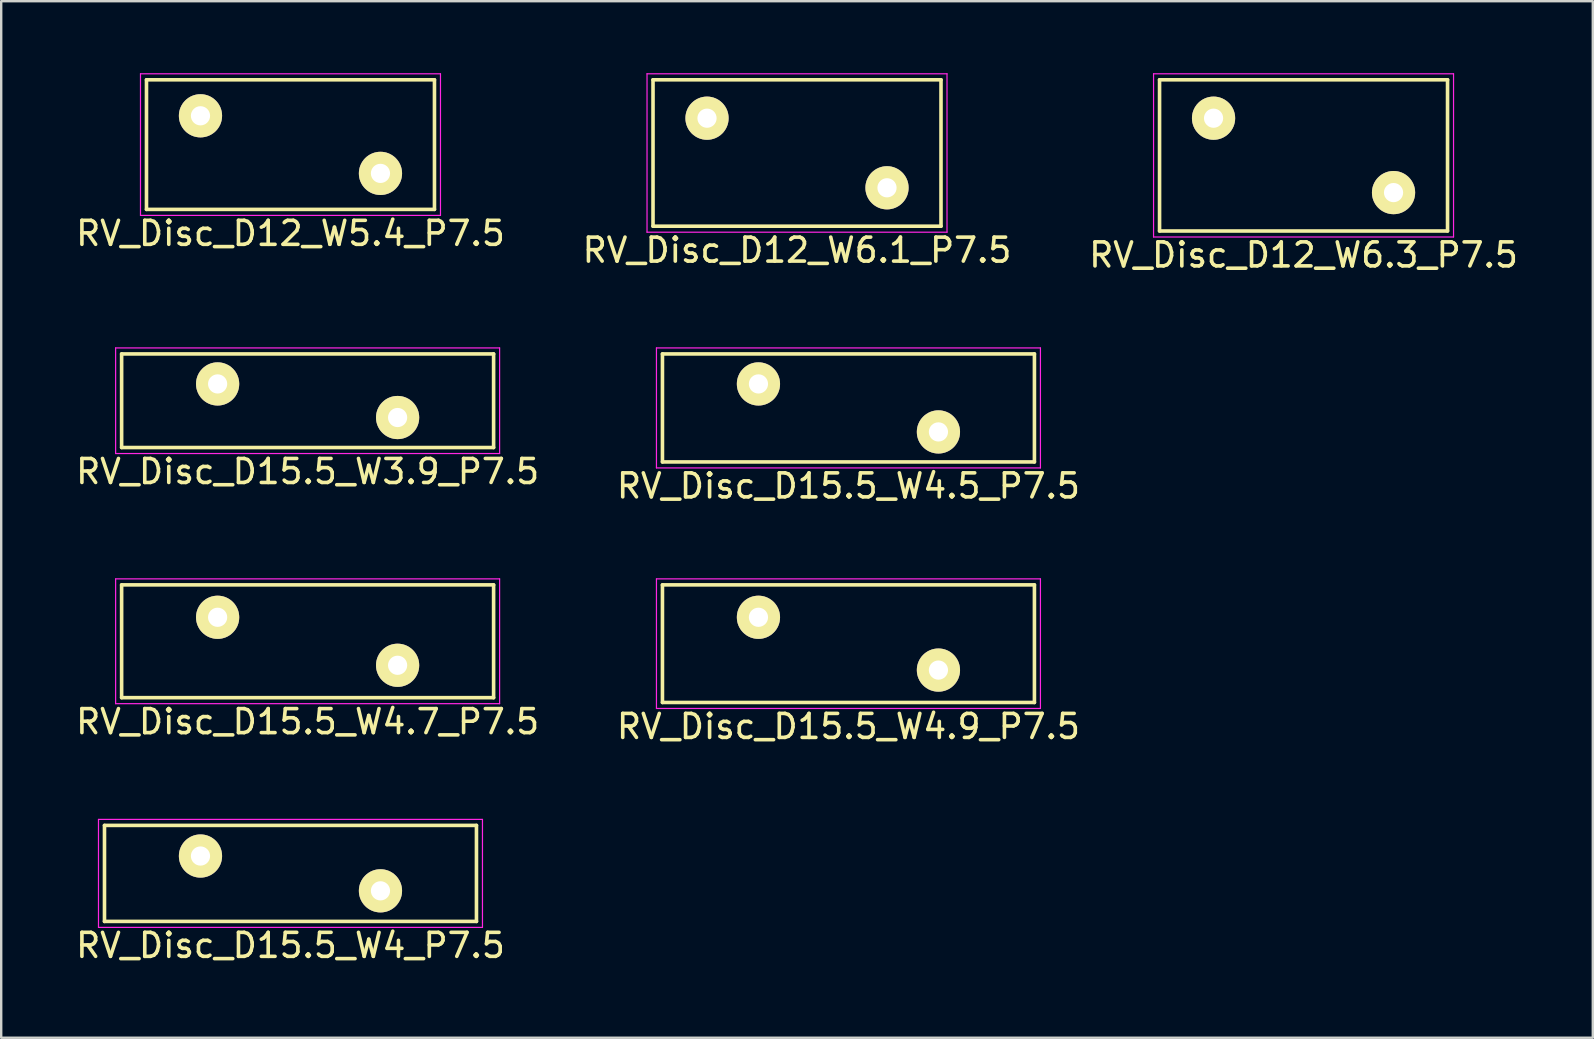
<source format=kicad_pcb>
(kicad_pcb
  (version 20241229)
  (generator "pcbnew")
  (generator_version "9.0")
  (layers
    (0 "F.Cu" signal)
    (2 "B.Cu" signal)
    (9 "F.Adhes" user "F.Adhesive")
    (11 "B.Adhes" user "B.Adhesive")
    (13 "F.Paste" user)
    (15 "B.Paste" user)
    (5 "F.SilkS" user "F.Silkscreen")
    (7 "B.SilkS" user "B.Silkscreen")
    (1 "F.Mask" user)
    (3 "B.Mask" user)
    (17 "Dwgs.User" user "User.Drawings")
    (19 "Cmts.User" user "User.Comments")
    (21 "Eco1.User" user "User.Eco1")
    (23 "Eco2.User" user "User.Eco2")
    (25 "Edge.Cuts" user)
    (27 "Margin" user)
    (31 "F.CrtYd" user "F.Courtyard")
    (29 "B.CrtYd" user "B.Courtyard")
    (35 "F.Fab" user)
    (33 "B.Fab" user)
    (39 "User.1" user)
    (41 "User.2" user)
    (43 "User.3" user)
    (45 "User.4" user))
  (footprint "RV_Disc_D12_W5.4_P7.5"
    (layer "F.Cu")
    (at 5.304 1.775)
    (property "Reference" "RV_Disc_D12_W5.4_P7.5" (at 3.75 4.9 0) (layer "F.SilkS") (effects (font (size 1 1) (thickness 0.15))))
    (attr through_hole)
    (fp_line (start -2.25 -1.5) (end -2.25 3.9) (stroke (width 0.15) (type solid)) (layer "F.SilkS"))
    (fp_line (start -2.25 -1.5) (end 9.75 -1.5) (stroke (width 0.15) (type solid)) (layer "F.SilkS"))
    (fp_line (start -2.25 3.9) (end 9.75 3.9) (stroke (width 0.15) (type solid)) (layer "F.SilkS"))
    (fp_line (start 9.75 -1.5) (end 9.75 3.9) (stroke (width 0.15) (type solid)) (layer "F.SilkS"))
    (fp_line (start -2.5 -1.75) (end -2.5 4.15) (stroke (width 0.05) (type solid)) (layer "F.CrtYd"))
    (fp_line (start -2.5 -1.75) (end 10 -1.75) (stroke (width 0.05) (type solid)) (layer "F.CrtYd"))
    (fp_line (start -2.5 4.15) (end 10 4.15) (stroke (width 0.05) (type solid)) (layer "F.CrtYd"))
    (fp_line (start 10 -1.75) (end 10 4.15) (stroke (width 0.05) (type solid)) (layer "F.CrtYd"))
    (pad "1" thru_hole circle (at 0 0) (size 1.8 1.8) (drill 0.8) (layers "*.Cu" "*.Mask" "F.SilkS"))
    (pad "2" thru_hole circle (at 7.5 2.4) (size 1.8 1.8) (drill 0.8) (layers "*.Cu" "*.Mask" "F.SilkS")))
  (footprint "RV_Disc_D15.5_W4_P7.5"
    (layer "F.Cu")
    (at 5.304 32.62)
    (property "Reference" "RV_Disc_D15.5_W4_P7.5" (at 3.75 3.725 0) (layer "F.SilkS") (effects (font (size 1 1) (thickness 0.15))))
    (attr through_hole)
    (fp_line (start -4 -1.275) (end -4 2.725) (stroke (width 0.15) (type solid)) (layer "F.SilkS"))
    (fp_line (start -4 -1.275) (end 11.5 -1.275) (stroke (width 0.15) (type solid)) (layer "F.SilkS"))
    (fp_line (start -4 2.725) (end 11.5 2.725) (stroke (width 0.15) (type solid)) (layer "F.SilkS"))
    (fp_line (start 11.5 -1.275) (end 11.5 2.725) (stroke (width 0.15) (type solid)) (layer "F.SilkS"))
    (fp_line (start -4.25 -1.525) (end -4.25 2.975) (stroke (width 0.05) (type solid)) (layer "F.CrtYd"))
    (fp_line (start -4.25 -1.525) (end 11.75 -1.525) (stroke (width 0.05) (type solid)) (layer "F.CrtYd"))
    (fp_line (start -4.25 2.975) (end 11.75 2.975) (stroke (width 0.05) (type solid)) (layer "F.CrtYd"))
    (fp_line (start 11.75 -1.525) (end 11.75 2.975) (stroke (width 0.05) (type solid)) (layer "F.CrtYd"))
    (pad "1" thru_hole circle (at 0 0) (size 1.8 1.8) (drill 0.8) (layers "*.Cu" "*.Mask" "F.SilkS"))
    (pad "2" thru_hole circle (at 7.5 1.45) (size 1.8 1.8) (drill 0.8) (layers "*.Cu" "*.Mask" "F.SilkS")))
  (footprint "RV_Disc_D15.5_W4.5_P7.5"
    (layer "F.Cu")
    (at 28.554 12.948)
    (property "Reference" "RV_Disc_D15.5_W4.5_P7.5" (at 3.75 4.25 0) (layer "F.SilkS") (effects (font (size 1 1) (thickness 0.15))))
    (attr through_hole)
    (fp_line (start -4 -1.25) (end -4 3.25) (stroke (width 0.15) (type solid)) (layer "F.SilkS"))
    (fp_line (start -4 -1.25) (end 11.5 -1.25) (stroke (width 0.15) (type solid)) (layer "F.SilkS"))
    (fp_line (start -4 3.25) (end 11.5 3.25) (stroke (width 0.15) (type solid)) (layer "F.SilkS"))
    (fp_line (start 11.5 -1.25) (end 11.5 3.25) (stroke (width 0.15) (type solid)) (layer "F.SilkS"))
    (fp_line (start -4.25 -1.5) (end -4.25 3.5) (stroke (width 0.05) (type solid)) (layer "F.CrtYd"))
    (fp_line (start -4.25 -1.5) (end 11.75 -1.5) (stroke (width 0.05) (type solid)) (layer "F.CrtYd"))
    (fp_line (start -4.25 3.5) (end 11.75 3.5) (stroke (width 0.05) (type solid)) (layer "F.CrtYd"))
    (fp_line (start 11.75 -1.5) (end 11.75 3.5) (stroke (width 0.05) (type solid)) (layer "F.CrtYd"))
    (pad "1" thru_hole circle (at 0 0) (size 1.8 1.8) (drill 0.8) (layers "*.Cu" "*.Mask" "F.SilkS"))
    (pad "2" thru_hole circle (at 7.5 2) (size 1.8 1.8) (drill 0.8) (layers "*.Cu" "*.Mask" "F.SilkS")))
  (footprint "RV_Disc_D15.5_W4.9_P7.5"
    (layer "F.Cu")
    (at 28.554 22.672)
    (property "Reference" "RV_Disc_D15.5_W4.9_P7.5" (at 3.75 4.55 0) (layer "F.SilkS") (effects (font (size 1 1) (thickness 0.15))))
    (attr through_hole)
    (fp_line (start -4 -1.35) (end -4 3.55) (stroke (width 0.15) (type solid)) (layer "F.SilkS"))
    (fp_line (start -4 -1.35) (end 11.5 -1.35) (stroke (width 0.15) (type solid)) (layer "F.SilkS"))
    (fp_line (start -4 3.55) (end 11.5 3.55) (stroke (width 0.15) (type solid)) (layer "F.SilkS"))
    (fp_line (start 11.5 -1.35) (end 11.5 3.55) (stroke (width 0.15) (type solid)) (layer "F.SilkS"))
    (fp_line (start -4.25 -1.6) (end -4.25 3.8) (stroke (width 0.05) (type solid)) (layer "F.CrtYd"))
    (fp_line (start -4.25 -1.6) (end 11.75 -1.6) (stroke (width 0.05) (type solid)) (layer "F.CrtYd"))
    (fp_line (start -4.25 3.8) (end 11.75 3.8) (stroke (width 0.05) (type solid)) (layer "F.CrtYd"))
    (fp_line (start 11.75 -1.6) (end 11.75 3.8) (stroke (width 0.05) (type solid)) (layer "F.CrtYd"))
    (pad "1" thru_hole circle (at 0 0) (size 1.8 1.8) (drill 0.8) (layers "*.Cu" "*.Mask" "F.SilkS"))
    (pad "2" thru_hole circle (at 7.5 2.2) (size 1.8 1.8) (drill 0.8) (layers "*.Cu" "*.Mask" "F.SilkS")))
  (footprint "RV_Disc_D12_W6.3_P7.5"
    (layer "F.Cu")
    (at 47.518 1.875)
    (property "Reference" "RV_Disc_D12_W6.3_P7.5" (at 3.75 5.7 0) (layer "F.SilkS") (effects (font (size 1 1) (thickness 0.15))))
    (attr through_hole)
    (fp_line (start -2.25 -1.6) (end -2.25 4.7) (stroke (width 0.15) (type solid)) (layer "F.SilkS"))
    (fp_line (start -2.25 -1.6) (end 9.75 -1.6) (stroke (width 0.15) (type solid)) (layer "F.SilkS"))
    (fp_line (start -2.25 4.7) (end 9.75 4.7) (stroke (width 0.15) (type solid)) (layer "F.SilkS"))
    (fp_line (start 9.75 -1.6) (end 9.75 4.7) (stroke (width 0.15) (type solid)) (layer "F.SilkS"))
    (fp_line (start -2.5 -1.85) (end -2.5 4.95) (stroke (width 0.05) (type solid)) (layer "F.CrtYd"))
    (fp_line (start -2.5 -1.85) (end 10 -1.85) (stroke (width 0.05) (type solid)) (layer "F.CrtYd"))
    (fp_line (start -2.5 4.95) (end 10 4.95) (stroke (width 0.05) (type solid)) (layer "F.CrtYd"))
    (fp_line (start 10 -1.85) (end 10 4.95) (stroke (width 0.05) (type solid)) (layer "F.CrtYd"))
    (pad "1" thru_hole circle (at 0 0) (size 1.8 1.8) (drill 0.8) (layers "*.Cu" "*.Mask" "F.SilkS"))
    (pad "2" thru_hole circle (at 7.5 3.1) (size 1.8 1.8) (drill 0.8) (layers "*.Cu" "*.Mask" "F.SilkS")))
  (footprint "RV_Disc_D12_W6.1_P7.5"
    (layer "F.Cu")
    (at 26.411 1.875)
    (property "Reference" "RV_Disc_D12_W6.1_P7.5" (at 3.75 5.5 0) (layer "F.SilkS") (effects (font (size 1 1) (thickness 0.15))))
    (attr through_hole)
    (fp_line (start -2.25 -1.6) (end -2.25 4.5) (stroke (width 0.15) (type solid)) (layer "F.SilkS"))
    (fp_line (start -2.25 -1.6) (end 9.75 -1.6) (stroke (width 0.15) (type solid)) (layer "F.SilkS"))
    (fp_line (start -2.25 4.5) (end 9.75 4.5) (stroke (width 0.15) (type solid)) (layer "F.SilkS"))
    (fp_line (start 9.75 -1.6) (end 9.75 4.5) (stroke (width 0.15) (type solid)) (layer "F.SilkS"))
    (fp_line (start -2.5 -1.85) (end -2.5 4.75) (stroke (width 0.05) (type solid)) (layer "F.CrtYd"))
    (fp_line (start -2.5 -1.85) (end 10 -1.85) (stroke (width 0.05) (type solid)) (layer "F.CrtYd"))
    (fp_line (start -2.5 4.75) (end 10 4.75) (stroke (width 0.05) (type solid)) (layer "F.CrtYd"))
    (fp_line (start 10 -1.85) (end 10 4.75) (stroke (width 0.05) (type solid)) (layer "F.CrtYd"))
    (pad "1" thru_hole circle (at 0 0) (size 1.8 1.8) (drill 0.8) (layers "*.Cu" "*.Mask" "F.SilkS"))
    (pad "2" thru_hole circle (at 7.5 2.9) (size 1.8 1.8) (drill 0.8) (layers "*.Cu" "*.Mask" "F.SilkS")))
  (footprint "RV_Disc_D15.5_W3.9_P7.5"
    (layer "F.Cu")
    (at 6.018 12.948)
    (property "Reference" "RV_Disc_D15.5_W3.9_P7.5" (at 3.75 3.65 0) (layer "F.SilkS") (effects (font (size 1 1) (thickness 0.15))))
    (attr through_hole)
    (fp_line (start -4 -1.25) (end -4 2.65) (stroke (width 0.15) (type solid)) (layer "F.SilkS"))
    (fp_line (start -4 -1.25) (end 11.5 -1.25) (stroke (width 0.15) (type solid)) (layer "F.SilkS"))
    (fp_line (start -4 2.65) (end 11.5 2.65) (stroke (width 0.15) (type solid)) (layer "F.SilkS"))
    (fp_line (start 11.5 -1.25) (end 11.5 2.65) (stroke (width 0.15) (type solid)) (layer "F.SilkS"))
    (fp_line (start -4.25 -1.5) (end -4.25 2.9) (stroke (width 0.05) (type solid)) (layer "F.CrtYd"))
    (fp_line (start -4.25 -1.5) (end 11.75 -1.5) (stroke (width 0.05) (type solid)) (layer "F.CrtYd"))
    (fp_line (start -4.25 2.9) (end 11.75 2.9) (stroke (width 0.05) (type solid)) (layer "F.CrtYd"))
    (fp_line (start 11.75 -1.5) (end 11.75 2.9) (stroke (width 0.05) (type solid)) (layer "F.CrtYd"))
    (pad "1" thru_hole circle (at 0 0) (size 1.8 1.8) (drill 0.8) (layers "*.Cu" "*.Mask" "F.SilkS"))
    (pad "2" thru_hole circle (at 7.5 1.4) (size 1.8 1.8) (drill 0.8) (layers "*.Cu" "*.Mask" "F.SilkS")))
  (footprint "RV_Disc_D15.5_W4.7_P7.5"
    (layer "F.Cu")
    (at 6.018 22.672)
    (property "Reference" "RV_Disc_D15.5_W4.7_P7.5" (at 3.75 4.35 0) (layer "F.SilkS") (effects (font (size 1 1) (thickness 0.15))))
    (attr through_hole)
    (fp_line (start -4 -1.35) (end -4 3.35) (stroke (width 0.15) (type solid)) (layer "F.SilkS"))
    (fp_line (start -4 -1.35) (end 11.5 -1.35) (stroke (width 0.15) (type solid)) (layer "F.SilkS"))
    (fp_line (start -4 3.35) (end 11.5 3.35) (stroke (width 0.15) (type solid)) (layer "F.SilkS"))
    (fp_line (start 11.5 -1.35) (end 11.5 3.35) (stroke (width 0.15) (type solid)) (layer "F.SilkS"))
    (fp_line (start -4.25 -1.6) (end -4.25 3.6) (stroke (width 0.05) (type solid)) (layer "F.CrtYd"))
    (fp_line (start -4.25 -1.6) (end 11.75 -1.6) (stroke (width 0.05) (type solid)) (layer "F.CrtYd"))
    (fp_line (start -4.25 3.6) (end 11.75 3.6) (stroke (width 0.05) (type solid)) (layer "F.CrtYd"))
    (fp_line (start 11.75 -1.6) (end 11.75 3.6) (stroke (width 0.05) (type solid)) (layer "F.CrtYd"))
    (pad "1" thru_hole circle (at 0 0) (size 1.8 1.8) (drill 0.8) (layers "*.Cu" "*.Mask" "F.SilkS"))
    (pad "2" thru_hole circle (at 7.5 2) (size 1.8 1.8) (drill 0.8) (layers "*.Cu" "*.Mask" "F.SilkS")))
  (gr_rect
    (start -3 -3)
    (end 63.321 40.193)
    (stroke (width 0.1) (type default))
    (fill no)
    (layer "Edge.Cuts")))
</source>
